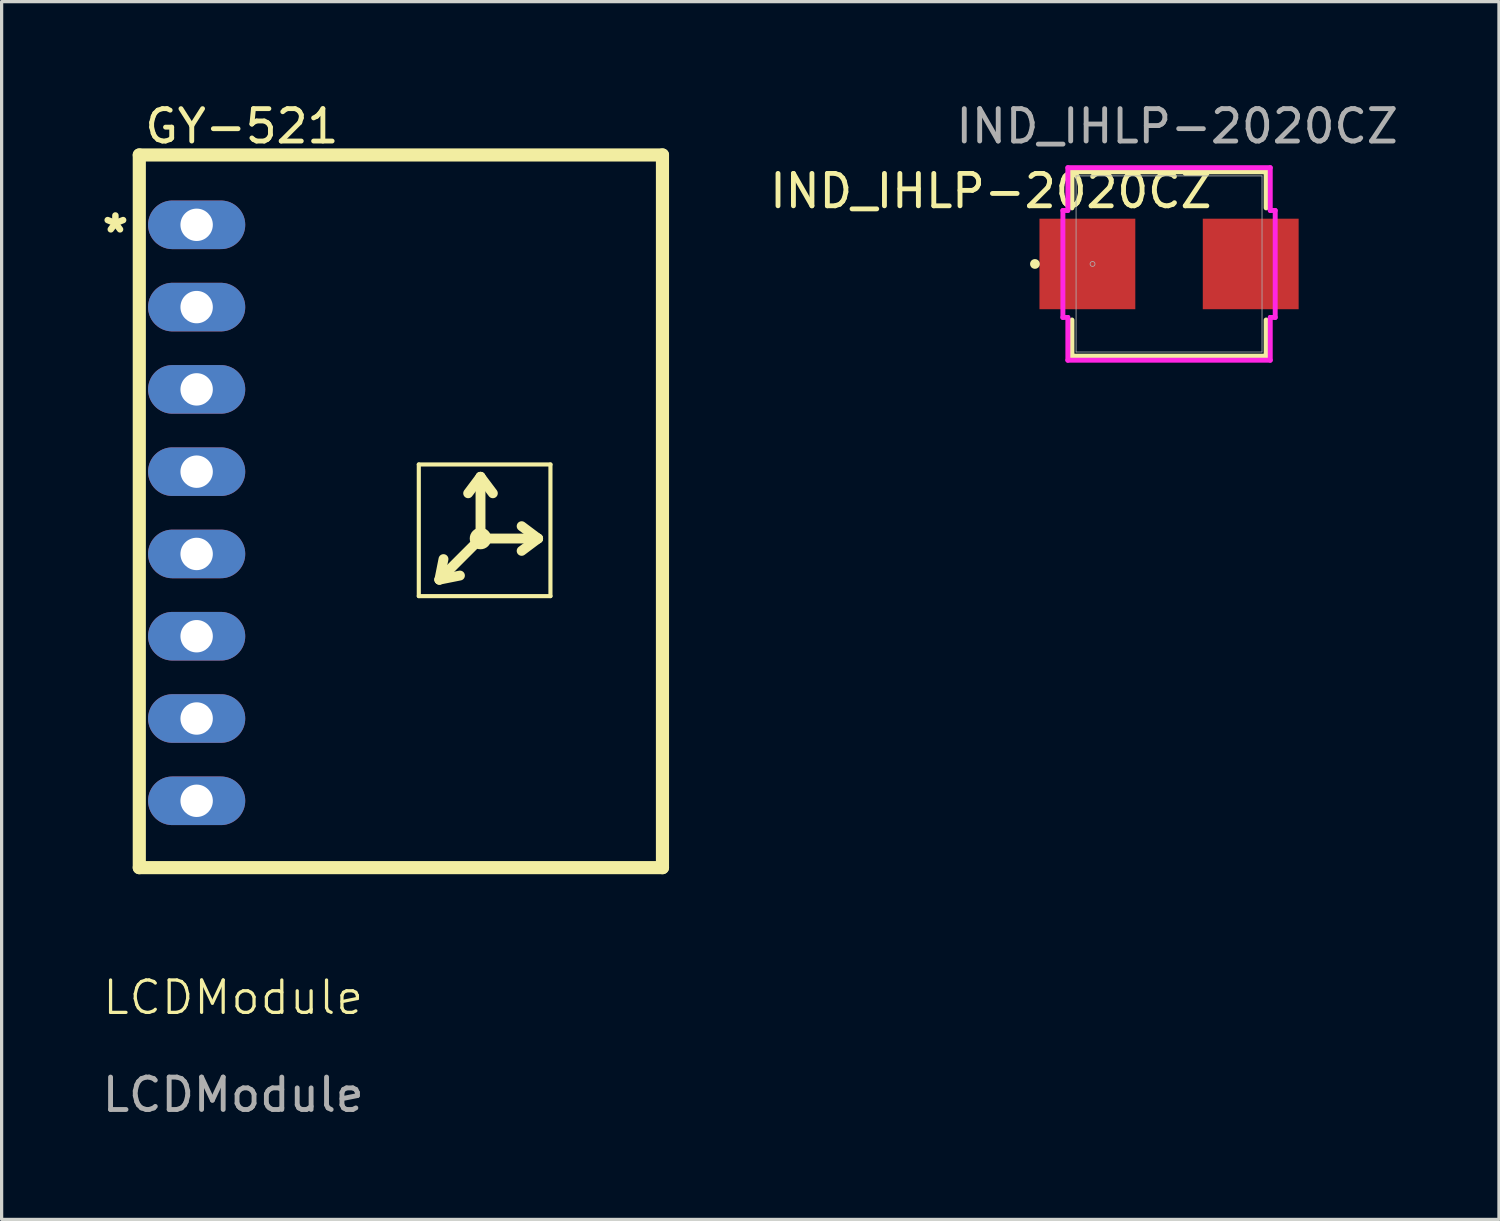
<source format=kicad_pcb>
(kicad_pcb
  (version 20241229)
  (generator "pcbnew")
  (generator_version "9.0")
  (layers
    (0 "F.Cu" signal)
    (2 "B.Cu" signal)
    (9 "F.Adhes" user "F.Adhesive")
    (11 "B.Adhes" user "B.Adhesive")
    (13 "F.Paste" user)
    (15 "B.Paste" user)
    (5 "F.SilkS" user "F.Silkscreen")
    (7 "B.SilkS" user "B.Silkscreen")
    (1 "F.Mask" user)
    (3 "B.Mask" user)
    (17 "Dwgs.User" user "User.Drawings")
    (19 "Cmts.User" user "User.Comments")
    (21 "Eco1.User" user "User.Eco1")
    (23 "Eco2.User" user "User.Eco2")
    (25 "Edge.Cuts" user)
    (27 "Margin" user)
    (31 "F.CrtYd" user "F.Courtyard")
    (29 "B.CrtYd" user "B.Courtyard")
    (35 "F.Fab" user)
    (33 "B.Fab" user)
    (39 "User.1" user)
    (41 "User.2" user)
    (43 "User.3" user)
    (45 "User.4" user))
  (footprint "GY-521"
    (layer "F.Cu")
    (at 1.25 23.734)
    (property "Reference" "GY-521" (at 3.167 -22.885 0) (layer "F.SilkS") (effects (font (size 1 1) (thickness 0.15))))
    (attr through_hole)
    (fp_line (start 0 -22) (end 0 0) (stroke (width 0.406) (type solid)) (layer "F.SilkS"))
    (fp_line (start 0 0) (end 16.15 0) (stroke (width 0.406) (type solid)) (layer "F.SilkS"))
    (fp_line (start 8.628 -12.446) (end 8.628 -8.382) (stroke (width 0.127) (type solid)) (layer "F.SilkS"))
    (fp_line (start 8.628 -8.382) (end 12.692 -8.382) (stroke (width 0.127) (type solid)) (layer "F.SilkS"))
    (fp_line (start 9.263 -8.89) (end 9.39 -9.525) (stroke (width 0.305) (type solid)) (layer "F.SilkS"))
    (fp_line (start 9.263 -8.89) (end 9.898 -9.017) (stroke (width 0.305) (type solid)) (layer "F.SilkS"))
    (fp_line (start 10.533 -12.065) (end 10.152 -11.557) (stroke (width 0.305) (type solid)) (layer "F.SilkS"))
    (fp_line (start 10.533 -10.16) (end 9.263 -8.89) (stroke (width 0.305) (type solid)) (layer "F.SilkS"))
    (fp_line (start 10.533 -10.16) (end 10.533 -12.065) (stroke (width 0.305) (type solid)) (layer "F.SilkS"))
    (fp_line (start 10.533 -10.16) (end 12.311 -10.16) (stroke (width 0.305) (type solid)) (layer "F.SilkS"))
    (fp_line (start 10.914 -11.557) (end 10.533 -12.065) (stroke (width 0.305) (type solid)) (layer "F.SilkS"))
    (fp_line (start 11.803 -10.541) (end 12.311 -10.16) (stroke (width 0.305) (type solid)) (layer "F.SilkS"))
    (fp_line (start 12.311 -10.16) (end 11.803 -9.779) (stroke (width 0.305) (type solid)) (layer "F.SilkS"))
    (fp_line (start 12.692 -12.446) (end 8.628 -12.446) (stroke (width 0.127) (type solid)) (layer "F.SilkS"))
    (fp_line (start 12.692 -8.382) (end 12.692 -12.446) (stroke (width 0.127) (type solid)) (layer "F.SilkS"))
    (fp_line (start 16.15 -22) (end 0 -22) (stroke (width 0.406) (type solid)) (layer "F.SilkS"))
    (fp_line (start 16.15 0) (end 16.15 -22) (stroke (width 0.406) (type solid)) (layer "F.SilkS"))
    (fp_circle (center 10.533 -10.16) (end 10.713 -10.16) (stroke (width 0.305) (type solid)) (fill no) (layer "F.SilkS"))
    (fp_text user "*" (at -1.25 -19 0) (unlocked yes) (layer "F.SilkS") (effects (font (size 1 1) (thickness 0.2) (bold yes)) (justify left bottom)))
    (pad "1" thru_hole oval (at 1.77 -19.844) (size 3 1.5) (drill 1) (layers "*.Cu" "*.Mask"))
    (pad "2" thru_hole oval (at 1.77 -17.304) (size 3 1.5) (drill 1) (layers "*.Cu" "*.Mask"))
    (pad "3" thru_hole oval (at 1.77 -14.764) (size 3 1.5) (drill 1) (layers "*.Cu" "*.Mask"))
    (pad "4" thru_hole oval (at 1.77 -12.224) (size 3 1.5) (drill 1) (layers "*.Cu" "*.Mask"))
    (pad "5" thru_hole oval (at 1.77 -9.684) (size 3 1.5) (drill 1) (layers "*.Cu" "*.Mask"))
    (pad "6" thru_hole oval (at 1.77 -7.144) (size 3 1.5) (drill 1) (layers "*.Cu" "*.Mask"))
    (pad "7" thru_hole oval (at 1.77 -4.604) (size 3 1.5) (drill 1) (layers "*.Cu" "*.Mask"))
    (pad "8" thru_hole oval (at 1.77 -2.064) (size 3 1.5) (drill 1) (layers "*.Cu" "*.Mask")))
  (footprint "IND_IHLP-2020CZ"
    (layer "F.Cu")
    (at 33.038 5.098)
    (property "Reference" "IND_IHLP-2020CZ" (at -5.5 -2.25 0) (unlocked yes) (layer "F.SilkS") (effects (font (size 1 1) (thickness 0.15))))
    (attr smd)
    (fp_line (start -2.997 -2.845) (end -2.997 -1.73) (stroke (width 0.152) (type solid)) (layer "F.SilkS"))
    (fp_line (start -2.997 1.73) (end -2.997 2.845) (stroke (width 0.152) (type solid)) (layer "F.SilkS"))
    (fp_line (start -2.997 2.845) (end 2.997 2.845) (stroke (width 0.152) (type solid)) (layer "F.SilkS"))
    (fp_line (start 2.997 -2.845) (end -2.997 -2.845) (stroke (width 0.152) (type solid)) (layer "F.SilkS"))
    (fp_line (start 2.997 -1.73) (end 2.997 -2.845) (stroke (width 0.152) (type solid)) (layer "F.SilkS"))
    (fp_line (start 2.997 2.845) (end 2.997 1.73) (stroke (width 0.152) (type solid)) (layer "F.SilkS"))
    (fp_circle (center -4.14 0) (end -4.064 0) (stroke (width 0.152) (type solid)) (fill no) (layer "F.SilkS"))
    (fp_line (start -3.277 -1.651) (end -3.124 -1.651) (stroke (width 0.152) (type solid)) (layer "F.CrtYd"))
    (fp_line (start -3.277 1.651) (end -3.277 -1.651) (stroke (width 0.152) (type solid)) (layer "F.CrtYd"))
    (fp_line (start -3.124 -2.972) (end 3.124 -2.972) (stroke (width 0.152) (type solid)) (layer "F.CrtYd"))
    (fp_line (start -3.124 -1.651) (end -3.124 -2.972) (stroke (width 0.152) (type solid)) (layer "F.CrtYd"))
    (fp_line (start -3.124 1.651) (end -3.277 1.651) (stroke (width 0.152) (type solid)) (layer "F.CrtYd"))
    (fp_line (start -3.124 2.972) (end -3.124 1.651) (stroke (width 0.152) (type solid)) (layer "F.CrtYd"))
    (fp_line (start 3.124 -2.972) (end 3.124 -1.651) (stroke (width 0.152) (type solid)) (layer "F.CrtYd"))
    (fp_line (start 3.124 -1.651) (end 3.277 -1.651) (stroke (width 0.152) (type solid)) (layer "F.CrtYd"))
    (fp_line (start 3.124 1.651) (end 3.124 2.972) (stroke (width 0.152) (type solid)) (layer "F.CrtYd"))
    (fp_line (start 3.124 2.972) (end -3.124 2.972) (stroke (width 0.152) (type solid)) (layer "F.CrtYd"))
    (fp_line (start 3.277 -1.651) (end 3.277 1.651) (stroke (width 0.152) (type solid)) (layer "F.CrtYd"))
    (fp_line (start 3.277 1.651) (end 3.124 1.651) (stroke (width 0.152) (type solid)) (layer "F.CrtYd"))
    (fp_line (start -2.87 -2.718) (end -2.87 2.718) (stroke (width 0.025) (type solid)) (layer "F.Fab"))
    (fp_line (start -2.87 2.718) (end 2.87 2.718) (stroke (width 0.025) (type solid)) (layer "F.Fab"))
    (fp_line (start 2.87 -2.718) (end -2.87 -2.718) (stroke (width 0.025) (type solid)) (layer "F.Fab"))
    (fp_line (start 2.87 2.718) (end 2.87 -2.718) (stroke (width 0.025) (type solid)) (layer "F.Fab"))
    (fp_circle (center -2.362 0) (end -2.286 0) (stroke (width 0.025) (type solid)) (fill no) (layer "F.Fab"))
    (fp_text user "${REFERENCE}" (at 0.25 -4.25 0) (unlocked yes) (layer "F.Fab") (effects (font (size 1 1) (thickness 0.15))))
    (pad "1" smd rect (at -2.521 0 90) (size 2.794 2.959) (layers "F.Cu" "F.Mask" "F.Paste"))
    (pad "2" smd rect (at 2.521 0 90) (size 2.794 2.959) (layers "F.Cu" "F.Mask" "F.Paste"))
    (zone (net_name "") (layer "F.Cu") (hatch full 0.508) (connect_pads) (min_thickness 0.254) (filled_areas_thickness no) (keepout (tracks not_allowed) (vias not_allowed) (pads allowed) (copperpour not_allowed) (footprints allowed)) (placement (enabled no)) (fill) (polygon (pts (xy 30.218 2.431) (xy 35.857 2.431) (xy 35.857 3.65) (xy 30.218 3.65))))
    (zone (net_name "") (layer "F.Cu") (hatch full 0.508) (connect_pads) (min_thickness 0.254) (filled_areas_thickness no) (keepout (tracks not_allowed) (vias not_allowed) (pads allowed) (copperpour not_allowed) (footprints allowed)) (placement (enabled no)) (fill) (polygon (pts (xy 30.218 6.546) (xy 35.857 6.546) (xy 35.857 7.765) (xy 30.218 7.765))))
    (zone (net_name "") (layer "F.Cu") (hatch full 0.508) (connect_pads) (min_thickness 0.254) (filled_areas_thickness no) (keepout (tracks not_allowed) (vias not_allowed) (pads allowed) (copperpour not_allowed) (footprints allowed)) (placement (enabled no)) (fill) (polygon (pts (xy 32.047 3.65) (xy 34.028 3.65) (xy 34.028 6.546) (xy 32.047 6.546)))))
  (footprint "LCDModule"
    (layer "F.Cu")
    (at 4.149 28.244)
    (property "Reference" "LCDModule" (at 0 -0.5 0) (unlocked yes) (layer "F.SilkS") (effects (font (size 1 1) (thickness 0.1))))
    (attr smd)
    (fp_text user "${REFERENCE}" (at 0 2.5 0) (unlocked yes) (layer "F.Fab") (effects (font (size 1 1) (thickness 0.15)))))
  (gr_rect
    (start -3 -3)
    (end 43.222 34.592)
    (stroke (width 0.1) (type default))
    (fill no)
    (layer "Edge.Cuts")))
</source>
